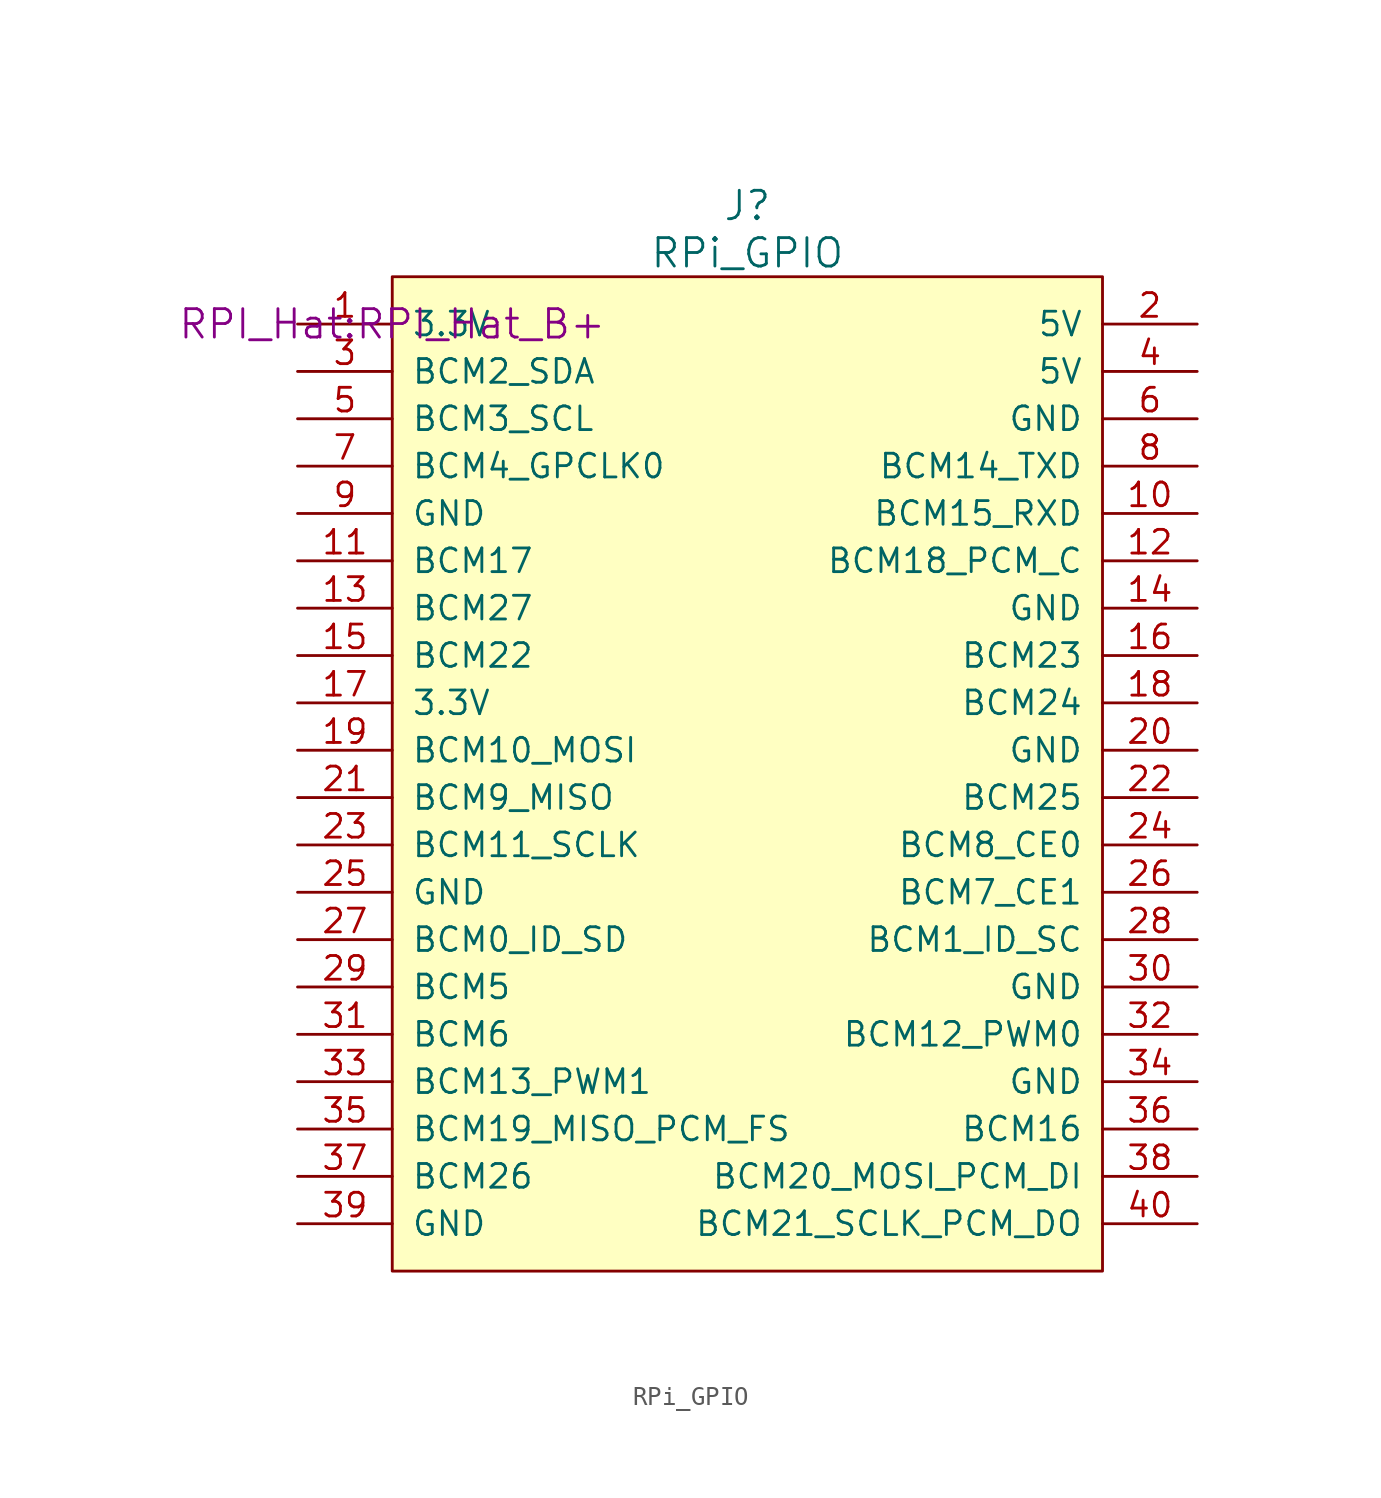
<source format=kicad_sym>
(kicad_symbol_lib
  (version 20231120)
  (generator "kicad_symbol_editor")
  (generator_version "8.0")
  (symbol "RPi_GPIO"
    (pin_names
      (offset 1.016))
    (property "Reference" "J"
      (at 19.05 6.35 0)
      (effects (font (size 1.524 1.524))))
    (property "Value" "RPi_GPIO"
      (at 19.05 3.81 0)
      (effects (font (size 1.524 1.524))))
    (property "Footprint" "RPI_Hat:RPI_Hat_B+"
      (at 0 0 0)
      (effects (font (size 1.524 1.524))))
    (property "Datasheet" ""
      (at 0 0 0)
      (effects (font (size 1.524 1.524))))
    (symbol "RPi_GPIO_1_1"
      (rectangle (start 0 2.54) (end 38.1 -50.8) (stroke (width 0) (type solid)) (fill (type background)))
      (pin power_in line (at -5.08 0 0) (length 5.08) (name "3.3V" (effects (font (size 1.27 1.27)))) (number "1" (effects (font (size 1.27 1.27)))))
      (pin bidirectional line (at 43.18 -10.16 180) (length 5.08) (name "BCM15_RXD" (effects (font (size 1.27 1.27)))) (number "10" (effects (font (size 1.27 1.27)))))
      (pin bidirectional line (at -5.08 -12.7 0) (length 5.08) (name "BCM17" (effects (font (size 1.27 1.27)))) (number "11" (effects (font (size 1.27 1.27)))))
      (pin bidirectional line (at 43.18 -12.7 180) (length 5.08) (name "BCM18_PCM_C" (effects (font (size 1.27 1.27)))) (number "12" (effects (font (size 1.27 1.27)))))
      (pin bidirectional line (at -5.08 -15.24 0) (length 5.08) (name "BCM27" (effects (font (size 1.27 1.27)))) (number "13" (effects (font (size 1.27 1.27)))))
      (pin power_in line (at 43.18 -15.24 180) (length 5.08) (name "GND" (effects (font (size 1.27 1.27)))) (number "14" (effects (font (size 1.27 1.27)))))
      (pin bidirectional line (at -5.08 -17.78 0) (length 5.08) (name "BCM22" (effects (font (size 1.27 1.27)))) (number "15" (effects (font (size 1.27 1.27)))))
      (pin bidirectional line (at 43.18 -17.78 180) (length 5.08) (name "BCM23" (effects (font (size 1.27 1.27)))) (number "16" (effects (font (size 1.27 1.27)))))
      (pin power_in line (at -5.08 -20.32 0) (length 5.08) (name "3.3V" (effects (font (size 1.27 1.27)))) (number "17" (effects (font (size 1.27 1.27)))))
      (pin bidirectional line (at 43.18 -20.32 180) (length 5.08) (name "BCM24" (effects (font (size 1.27 1.27)))) (number "18" (effects (font (size 1.27 1.27)))))
      (pin bidirectional line (at -5.08 -22.86 0) (length 5.08) (name "BCM10_MOSI" (effects (font (size 1.27 1.27)))) (number "19" (effects (font (size 1.27 1.27)))))
      (pin power_in line (at 43.18 0 180) (length 5.08) (name "5V" (effects (font (size 1.27 1.27)))) (number "2" (effects (font (size 1.27 1.27)))))
      (pin power_in line (at 43.18 -22.86 180) (length 5.08) (name "GND" (effects (font (size 1.27 1.27)))) (number "20" (effects (font (size 1.27 1.27)))))
      (pin bidirectional line (at -5.08 -25.4 0) (length 5.08) (name "BCM9_MISO" (effects (font (size 1.27 1.27)))) (number "21" (effects (font (size 1.27 1.27)))))
      (pin bidirectional line (at 43.18 -25.4 180) (length 5.08) (name "BCM25" (effects (font (size 1.27 1.27)))) (number "22" (effects (font (size 1.27 1.27)))))
      (pin bidirectional line (at -5.08 -27.94 0) (length 5.08) (name "BCM11_SCLK" (effects (font (size 1.27 1.27)))) (number "23" (effects (font (size 1.27 1.27)))))
      (pin bidirectional line (at 43.18 -27.94 180) (length 5.08) (name "BCM8_CE0" (effects (font (size 1.27 1.27)))) (number "24" (effects (font (size 1.27 1.27)))))
      (pin power_in line (at -5.08 -30.48 0) (length 5.08) (name "GND" (effects (font (size 1.27 1.27)))) (number "25" (effects (font (size 1.27 1.27)))))
      (pin bidirectional line (at 43.18 -30.48 180) (length 5.08) (name "BCM7_CE1" (effects (font (size 1.27 1.27)))) (number "26" (effects (font (size 1.27 1.27)))))
      (pin bidirectional line (at -5.08 -33.02 0) (length 5.08) (name "BCM0_ID_SD" (effects (font (size 1.27 1.27)))) (number "27" (effects (font (size 1.27 1.27)))))
      (pin bidirectional line (at 43.18 -33.02 180) (length 5.08) (name "BCM1_ID_SC" (effects (font (size 1.27 1.27)))) (number "28" (effects (font (size 1.27 1.27)))))
      (pin bidirectional line (at -5.08 -35.56 0) (length 5.08) (name "BCM5" (effects (font (size 1.27 1.27)))) (number "29" (effects (font (size 1.27 1.27)))))
      (pin bidirectional line (at -5.08 -2.54 0) (length 5.08) (name "BCM2_SDA" (effects (font (size 1.27 1.27)))) (number "3" (effects (font (size 1.27 1.27)))))
      (pin power_in line (at 43.18 -35.56 180) (length 5.08) (name "GND" (effects (font (size 1.27 1.27)))) (number "30" (effects (font (size 1.27 1.27)))))
      (pin bidirectional line (at -5.08 -38.1 0) (length 5.08) (name "BCM6" (effects (font (size 1.27 1.27)))) (number "31" (effects (font (size 1.27 1.27)))))
      (pin bidirectional line (at 43.18 -38.1 180) (length 5.08) (name "BCM12_PWM0" (effects (font (size 1.27 1.27)))) (number "32" (effects (font (size 1.27 1.27)))))
      (pin bidirectional line (at -5.08 -40.64 0) (length 5.08) (name "BCM13_PWM1" (effects (font (size 1.27 1.27)))) (number "33" (effects (font (size 1.27 1.27)))))
      (pin power_in line (at 43.18 -40.64 180) (length 5.08) (name "GND" (effects (font (size 1.27 1.27)))) (number "34" (effects (font (size 1.27 1.27)))))
      (pin bidirectional line (at -5.08 -43.18 0) (length 5.08) (name "BCM19_MISO_PCM_FS" (effects (font (size 1.27 1.27)))) (number "35" (effects (font (size 1.27 1.27)))))
      (pin bidirectional line (at 43.18 -43.18 180) (length 5.08) (name "BCM16" (effects (font (size 1.27 1.27)))) (number "36" (effects (font (size 1.27 1.27)))))
      (pin bidirectional line (at -5.08 -45.72 0) (length 5.08) (name "BCM26" (effects (font (size 1.27 1.27)))) (number "37" (effects (font (size 1.27 1.27)))))
      (pin bidirectional line (at 43.18 -45.72 180) (length 5.08) (name "BCM20_MOSI_PCM_DI" (effects (font (size 1.27 1.27)))) (number "38" (effects (font (size 1.27 1.27)))))
      (pin power_in line (at -5.08 -48.26 0) (length 5.08) (name "GND" (effects (font (size 1.27 1.27)))) (number "39" (effects (font (size 1.27 1.27)))))
      (pin power_in line (at 43.18 -2.54 180) (length 5.08) (name "5V" (effects (font (size 1.27 1.27)))) (number "4" (effects (font (size 1.27 1.27)))))
      (pin bidirectional line (at 43.18 -48.26 180) (length 5.08) (name "BCM21_SCLK_PCM_DO" (effects (font (size 1.27 1.27)))) (number "40" (effects (font (size 1.27 1.27)))))
      (pin bidirectional line (at -5.08 -5.08 0) (length 5.08) (name "BCM3_SCL" (effects (font (size 1.27 1.27)))) (number "5" (effects (font (size 1.27 1.27)))))
      (pin power_in line (at 43.18 -5.08 180) (length 5.08) (name "GND" (effects (font (size 1.27 1.27)))) (number "6" (effects (font (size 1.27 1.27)))))
      (pin bidirectional line (at -5.08 -7.62 0) (length 5.08) (name "BCM4_GPCLK0" (effects (font (size 1.27 1.27)))) (number "7" (effects (font (size 1.27 1.27)))))
      (pin bidirectional line (at 43.18 -7.62 180) (length 5.08) (name "BCM14_TXD" (effects (font (size 1.27 1.27)))) (number "8" (effects (font (size 1.27 1.27)))))
      (pin power_in line (at -5.08 -10.16 0) (length 5.08) (name "GND" (effects (font (size 1.27 1.27)))) (number "9" (effects (font (size 1.27 1.27))))))))
</source>
